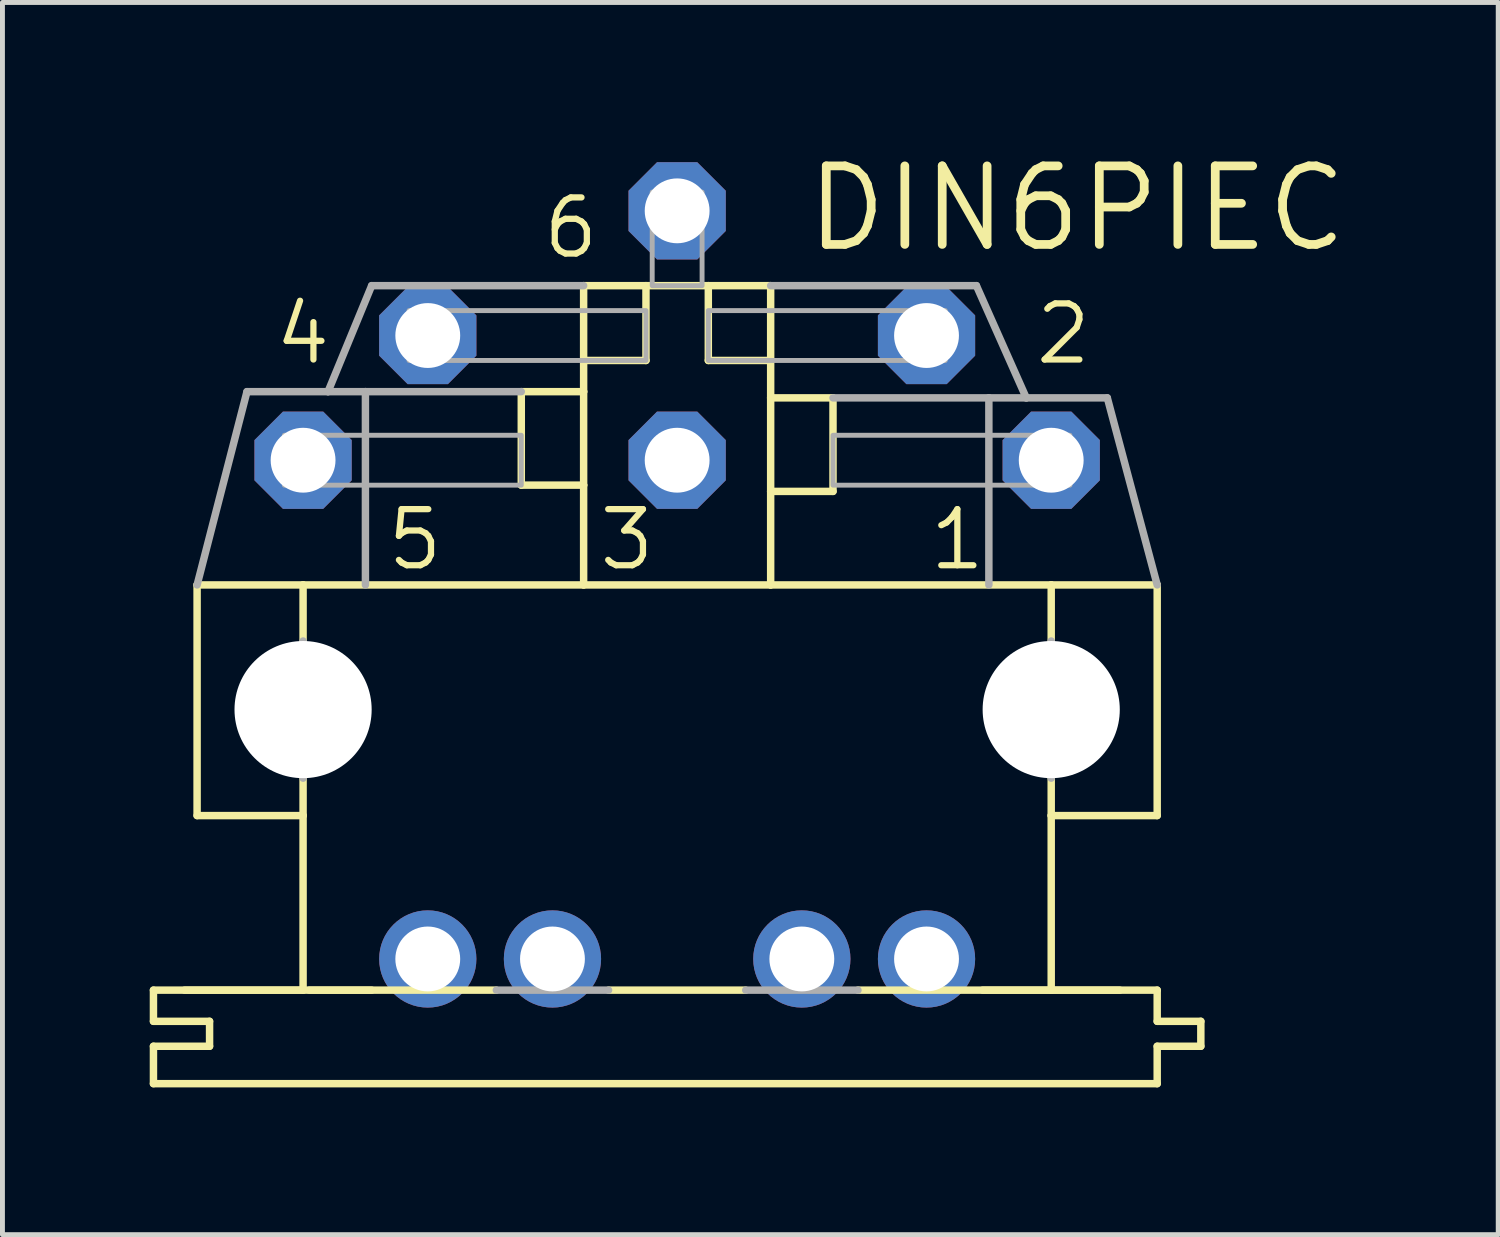
<source format=kicad_pcb>
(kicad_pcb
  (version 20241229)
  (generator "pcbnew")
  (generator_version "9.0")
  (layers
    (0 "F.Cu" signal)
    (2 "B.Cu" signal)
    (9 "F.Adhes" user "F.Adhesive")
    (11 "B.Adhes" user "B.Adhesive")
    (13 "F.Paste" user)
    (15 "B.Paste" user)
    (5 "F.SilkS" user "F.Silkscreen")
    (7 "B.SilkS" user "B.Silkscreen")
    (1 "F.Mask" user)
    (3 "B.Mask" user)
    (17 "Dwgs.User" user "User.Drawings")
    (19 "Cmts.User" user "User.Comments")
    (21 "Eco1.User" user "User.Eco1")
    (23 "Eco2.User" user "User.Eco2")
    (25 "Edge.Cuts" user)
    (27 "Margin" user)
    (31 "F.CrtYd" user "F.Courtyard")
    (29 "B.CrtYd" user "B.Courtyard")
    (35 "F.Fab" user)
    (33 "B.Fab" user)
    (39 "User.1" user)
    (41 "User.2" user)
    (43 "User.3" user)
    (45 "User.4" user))
  (footprint "DIN6PIEC"
    (layer "F.Cu")
    (at 10.744 11.405)
    (property "Reference" "DIN6PIEC" (at 2.54 -9.271 0) (layer "F.SilkS") (effects (font (size 1.6 1.6) (thickness 0.178)) (justify left bottom)))
    (fp_line (start -10.668 6.35) (end -10.668 5.715) (stroke (width 0.152) (type solid)) (layer "F.SilkS"))
    (fp_line (start -10.668 6.35) (end -9.525 6.35) (stroke (width 0.152) (type solid)) (layer "F.SilkS"))
    (fp_line (start -10.668 7.62) (end -10.668 6.858) (stroke (width 0.152) (type solid)) (layer "F.SilkS"))
    (fp_line (start -10.668 7.62) (end 9.779 7.62) (stroke (width 0.152) (type solid)) (layer "F.SilkS"))
    (fp_line (start -10.033 5.715) (end -6.223 5.715) (stroke (width 0.152) (type solid)) (layer "F.SilkS"))
    (fp_line (start -9.779 2.159) (end -9.779 -2.54) (stroke (width 0.152) (type solid)) (layer "F.SilkS"))
    (fp_line (start -9.779 2.159) (end -7.62 2.159) (stroke (width 0.152) (type solid)) (layer "F.SilkS"))
    (fp_line (start -9.525 6.858) (end -10.668 6.858) (stroke (width 0.152) (type solid)) (layer "F.SilkS"))
    (fp_line (start -9.525 6.858) (end -9.525 6.35) (stroke (width 0.152) (type solid)) (layer "F.SilkS"))
    (fp_line (start -7.62 -2.54) (end -9.779 -2.54) (stroke (width 0.152) (type solid)) (layer "F.SilkS"))
    (fp_line (start -7.62 -2.54) (end -7.62 -1.397) (stroke (width 0.152) (type solid)) (layer "F.SilkS"))
    (fp_line (start -7.62 2.159) (end -7.62 1.397) (stroke (width 0.152) (type solid)) (layer "F.SilkS"))
    (fp_line (start -7.62 5.715) (end -10.668 5.715) (stroke (width 0.152) (type solid)) (layer "F.SilkS"))
    (fp_line (start -7.62 5.715) (end -7.62 2.159) (stroke (width 0.152) (type solid)) (layer "F.SilkS"))
    (fp_line (start -7.493 5.715) (end -3.683 5.715) (stroke (width 0.152) (type solid)) (layer "F.SilkS"))
    (fp_line (start -3.175 -6.477) (end -3.175 -4.572) (stroke (width 0.152) (type solid)) (layer "F.SilkS"))
    (fp_line (start -1.905 -8.636) (end -1.905 -7.112) (stroke (width 0.152) (type solid)) (layer "F.SilkS"))
    (fp_line (start -1.905 -7.112) (end -1.905 -6.477) (stroke (width 0.152) (type solid)) (layer "F.SilkS"))
    (fp_line (start -1.905 -7.112) (end -0.635 -7.112) (stroke (width 0.152) (type solid)) (layer "F.SilkS"))
    (fp_line (start -1.905 -6.477) (end -3.175 -6.477) (stroke (width 0.152) (type solid)) (layer "F.SilkS"))
    (fp_line (start -1.905 -6.477) (end -1.905 -4.572) (stroke (width 0.152) (type solid)) (layer "F.SilkS"))
    (fp_line (start -1.905 -4.572) (end -3.175 -4.572) (stroke (width 0.152) (type solid)) (layer "F.SilkS"))
    (fp_line (start -1.905 -4.572) (end -1.905 -2.54) (stroke (width 0.152) (type solid)) (layer "F.SilkS"))
    (fp_line (start -1.905 -2.54) (end -7.62 -2.54) (stroke (width 0.152) (type solid)) (layer "F.SilkS"))
    (fp_line (start -1.397 5.715) (end 1.397 5.715) (stroke (width 0.152) (type solid)) (layer "F.SilkS"))
    (fp_line (start -0.635 -8.636) (end -1.905 -8.636) (stroke (width 0.152) (type solid)) (layer "F.SilkS"))
    (fp_line (start -0.635 -8.636) (end -0.635 -7.112) (stroke (width 0.152) (type solid)) (layer "F.SilkS"))
    (fp_line (start 0.635 -8.636) (end -0.635 -8.636) (stroke (width 0.152) (type solid)) (layer "F.SilkS"))
    (fp_line (start 0.635 -8.636) (end 0.635 -7.112) (stroke (width 0.152) (type solid)) (layer "F.SilkS"))
    (fp_line (start 1.905 -8.636) (end 0.635 -8.636) (stroke (width 0.152) (type solid)) (layer "F.SilkS"))
    (fp_line (start 1.905 -8.636) (end 1.905 -7.112) (stroke (width 0.152) (type solid)) (layer "F.SilkS"))
    (fp_line (start 1.905 -7.112) (end 0.635 -7.112) (stroke (width 0.152) (type solid)) (layer "F.SilkS"))
    (fp_line (start 1.905 -7.112) (end 1.905 -6.35) (stroke (width 0.152) (type solid)) (layer "F.SilkS"))
    (fp_line (start 1.905 -6.35) (end 1.905 -4.445) (stroke (width 0.152) (type solid)) (layer "F.SilkS"))
    (fp_line (start 1.905 -4.445) (end 1.905 -2.54) (stroke (width 0.152) (type solid)) (layer "F.SilkS"))
    (fp_line (start 1.905 -4.445) (end 3.175 -4.445) (stroke (width 0.152) (type solid)) (layer "F.SilkS"))
    (fp_line (start 1.905 -2.54) (end -1.905 -2.54) (stroke (width 0.152) (type solid)) (layer "F.SilkS"))
    (fp_line (start 3.175 -6.35) (end 1.905 -6.35) (stroke (width 0.152) (type solid)) (layer "F.SilkS"))
    (fp_line (start 3.175 -6.35) (end 3.175 -4.445) (stroke (width 0.152) (type solid)) (layer "F.SilkS"))
    (fp_line (start 3.683 5.715) (end 7.62 5.715) (stroke (width 0.152) (type solid)) (layer "F.SilkS"))
    (fp_line (start 6.223 5.715) (end 9.017 5.715) (stroke (width 0.152) (type solid)) (layer "F.SilkS"))
    (fp_line (start 7.62 -2.54) (end 1.905 -2.54) (stroke (width 0.152) (type solid)) (layer "F.SilkS"))
    (fp_line (start 7.62 -2.54) (end 7.62 -1.397) (stroke (width 0.152) (type solid)) (layer "F.SilkS"))
    (fp_line (start 7.62 2.159) (end 7.62 1.397) (stroke (width 0.152) (type solid)) (layer "F.SilkS"))
    (fp_line (start 7.62 5.715) (end 7.62 2.159) (stroke (width 0.152) (type solid)) (layer "F.SilkS"))
    (fp_line (start 9.779 -2.54) (end 7.62 -2.54) (stroke (width 0.152) (type solid)) (layer "F.SilkS"))
    (fp_line (start 9.779 2.159) (end 7.62 2.159) (stroke (width 0.152) (type solid)) (layer "F.SilkS"))
    (fp_line (start 9.779 2.159) (end 9.779 -2.54) (stroke (width 0.152) (type solid)) (layer "F.SilkS"))
    (fp_line (start 9.779 5.715) (end 7.62 5.715) (stroke (width 0.152) (type solid)) (layer "F.SilkS"))
    (fp_line (start 9.779 5.715) (end 9.779 6.35) (stroke (width 0.152) (type solid)) (layer "F.SilkS"))
    (fp_line (start 9.779 7.62) (end 9.779 6.858) (stroke (width 0.152) (type solid)) (layer "F.SilkS"))
    (fp_line (start 10.668 6.35) (end 9.779 6.35) (stroke (width 0.152) (type solid)) (layer "F.SilkS"))
    (fp_line (start 10.668 6.858) (end 9.779 6.858) (stroke (width 0.152) (type solid)) (layer "F.SilkS"))
    (fp_line (start 10.668 6.858) (end 10.668 6.35) (stroke (width 0.152) (type solid)) (layer "F.SilkS"))
    (fp_line (start -8.763 -6.477) (end -9.779 -2.54) (stroke (width 0.152) (type solid)) (layer "F.Fab"))
    (fp_line (start -8.763 -6.477) (end -7.112 -6.477) (stroke (width 0.152) (type solid)) (layer "F.Fab"))
    (fp_line (start -7.62 -1.397) (end -7.62 1.397) (stroke (width 0.152) (type solid)) (layer "F.Fab"))
    (fp_line (start -7.112 -6.477) (end -6.223 -8.636) (stroke (width 0.152) (type solid)) (layer "F.Fab"))
    (fp_line (start -6.35 -6.477) (end -7.112 -6.477) (stroke (width 0.152) (type solid)) (layer "F.Fab"))
    (fp_line (start -6.35 -6.477) (end -6.35 -2.54) (stroke (width 0.152) (type solid)) (layer "F.Fab"))
    (fp_line (start -3.175 -6.477) (end -6.35 -6.477) (stroke (width 0.152) (type solid)) (layer "F.Fab"))
    (fp_line (start -1.905 -8.636) (end -6.223 -8.636) (stroke (width 0.152) (type solid)) (layer "F.Fab"))
    (fp_line (start -1.397 5.715) (end -3.683 5.715) (stroke (width 0.152) (type solid)) (layer "F.Fab"))
    (fp_line (start 3.683 5.715) (end 1.397 5.715) (stroke (width 0.152) (type solid)) (layer "F.Fab"))
    (fp_line (start 6.096 -8.636) (end 1.905 -8.636) (stroke (width 0.152) (type solid)) (layer "F.Fab"))
    (fp_line (start 6.096 -8.636) (end 7.112 -6.35) (stroke (width 0.152) (type solid)) (layer "F.Fab"))
    (fp_line (start 6.35 -6.35) (end 3.175 -6.35) (stroke (width 0.152) (type solid)) (layer "F.Fab"))
    (fp_line (start 6.35 -6.35) (end 6.35 -2.54) (stroke (width 0.152) (type solid)) (layer "F.Fab"))
    (fp_line (start 7.112 -6.35) (end 6.35 -6.35) (stroke (width 0.152) (type solid)) (layer "F.Fab"))
    (fp_line (start 7.62 -1.397) (end 7.62 1.397) (stroke (width 0.152) (type solid)) (layer "F.Fab"))
    (fp_line (start 8.763 -6.35) (end 7.112 -6.35) (stroke (width 0.152) (type solid)) (layer "F.Fab"))
    (fp_line (start 8.763 -6.35) (end 9.779 -2.54) (stroke (width 0.152) (type solid)) (layer "F.Fab"))
    (fp_poly (pts (xy -8.001 -4.572) (xy -3.175 -4.572) (xy -3.175 -5.588) (xy -8.001 -5.588)) (stroke (width 0.1) (type default)) (fill no) (layer "F.Fab"))
    (fp_poly (pts (xy -5.461 -7.112) (xy -0.635 -7.112) (xy -0.635 -8.128) (xy -5.461 -8.128)) (stroke (width 0.1) (type default)) (fill no) (layer "F.Fab"))
    (fp_poly (pts (xy -0.508 -8.636) (xy 0.508 -8.636) (xy 0.508 -10.541) (xy -0.508 -10.541)) (stroke (width 0.1) (type default)) (fill no) (layer "F.Fab"))
    (fp_poly (pts (xy 0.635 -7.112) (xy 5.461 -7.112) (xy 5.461 -8.128) (xy 0.635 -8.128)) (stroke (width 0.1) (type default)) (fill no) (layer "F.Fab"))
    (fp_poly (pts (xy 3.175 -4.572) (xy 8.001 -4.572) (xy 8.001 -5.588) (xy 3.175 -5.588)) (stroke (width 0.1) (type default)) (fill no) (layer "F.Fab"))
    (fp_text user "3" (at -1.651 -2.794 0) (layer "F.SilkS") (effects (font (size 1.143 1.143) (thickness 0.127)) (justify left bottom)))
    (fp_text user "2" (at 7.239 -6.985 0) (layer "F.SilkS") (effects (font (size 1.143 1.143) (thickness 0.127)) (justify left bottom)))
    (fp_text user "1" (at 5.08 -2.794 0) (layer "F.SilkS") (effects (font (size 1.143 1.143) (thickness 0.127)) (justify left bottom)))
    (fp_text user "5" (at -5.969 -2.794 0) (layer "F.SilkS") (effects (font (size 1.143 1.143) (thickness 0.127)) (justify left bottom)))
    (fp_text user "6" (at -2.794 -9.144 0) (layer "F.SilkS") (effects (font (size 1.143 1.143) (thickness 0.127)) (justify left bottom)))
    (fp_text user "4" (at -8.255 -6.985 0) (layer "F.SilkS") (effects (font (size 1.143 1.143) (thickness 0.127)) (justify left bottom)))
    (pad "" np_thru_hole circle (at -7.62 0) (size 2.794 2.794) (drill 2.794) (layers "*.Cu" "*.Mask"))
    (pad "" np_thru_hole circle (at 7.62 0) (size 2.794 2.794) (drill 2.794) (layers "*.Cu" "*.Mask"))
    (pad "1" thru_hole roundrect (at 7.62 -5.08) (size 1.981 1.981) (drill 1.321) (layers "*.Cu" "*.Mask") (roundrect_rratio 0.25) (chamfer_ratio 0.293) (chamfer top_left top_right bottom_left bottom_right))
    (pad "2" thru_hole roundrect (at 5.08 -7.62) (size 1.981 1.981) (drill 1.321) (layers "*.Cu" "*.Mask") (roundrect_rratio 0.25) (chamfer_ratio 0.293) (chamfer top_left top_right bottom_left bottom_right))
    (pad "3" thru_hole roundrect (at 0 -5.08) (size 1.981 1.981) (drill 1.321) (layers "*.Cu" "*.Mask") (roundrect_rratio 0.25) (chamfer_ratio 0.293) (chamfer top_left top_right bottom_left bottom_right))
    (pad "4" thru_hole roundrect (at -5.08 -7.62) (size 1.981 1.981) (drill 1.321) (layers "*.Cu" "*.Mask") (roundrect_rratio 0.25) (chamfer_ratio 0.293) (chamfer top_left top_right bottom_left bottom_right))
    (pad "5" thru_hole roundrect (at -7.62 -5.08) (size 1.981 1.981) (drill 1.321) (layers "*.Cu" "*.Mask") (roundrect_rratio 0.25) (chamfer_ratio 0.293) (chamfer top_left top_right bottom_left bottom_right))
    (pad "6" thru_hole roundrect (at 0 -10.16) (size 1.981 1.981) (drill 1.321) (layers "*.Cu" "*.Mask") (roundrect_rratio 0.25) (chamfer_ratio 0.293) (chamfer top_left top_right bottom_left bottom_right))
    (pad "PE" thru_hole circle (at -2.54 5.08) (size 1.981 1.981) (drill 1.321) (layers "*.Cu" "*.Mask"))
    (pad "PE@" thru_hole circle (at 2.54 5.08) (size 1.981 1.981) (drill 1.321) (layers "*.Cu" "*.Mask"))
    (pad "PE@1" thru_hole circle (at -5.08 5.08) (size 1.981 1.981) (drill 1.321) (layers "*.Cu" "*.Mask"))
    (pad "PE@2" thru_hole circle (at 5.08 5.08) (size 1.981 1.981) (drill 1.321) (layers "*.Cu" "*.Mask")))
  (gr_rect
    (start -3 -3)
    (end 27.47 22.101)
    (stroke (width 0.1) (type default))
    (fill no)
    (layer "Edge.Cuts")))
</source>
